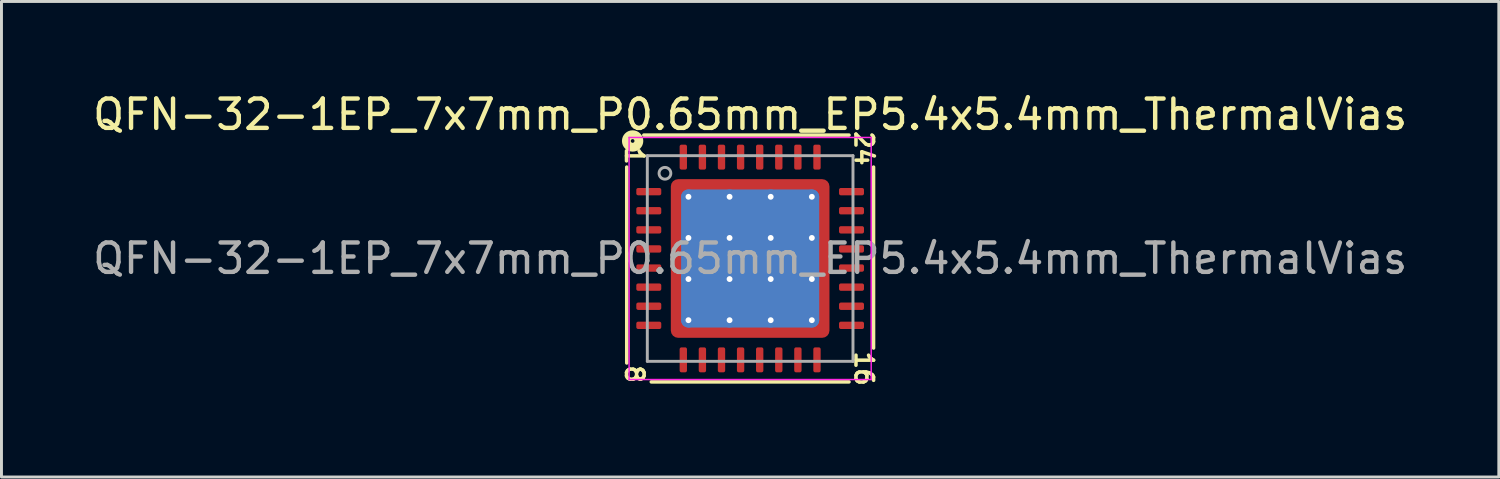
<source format=kicad_pcb>
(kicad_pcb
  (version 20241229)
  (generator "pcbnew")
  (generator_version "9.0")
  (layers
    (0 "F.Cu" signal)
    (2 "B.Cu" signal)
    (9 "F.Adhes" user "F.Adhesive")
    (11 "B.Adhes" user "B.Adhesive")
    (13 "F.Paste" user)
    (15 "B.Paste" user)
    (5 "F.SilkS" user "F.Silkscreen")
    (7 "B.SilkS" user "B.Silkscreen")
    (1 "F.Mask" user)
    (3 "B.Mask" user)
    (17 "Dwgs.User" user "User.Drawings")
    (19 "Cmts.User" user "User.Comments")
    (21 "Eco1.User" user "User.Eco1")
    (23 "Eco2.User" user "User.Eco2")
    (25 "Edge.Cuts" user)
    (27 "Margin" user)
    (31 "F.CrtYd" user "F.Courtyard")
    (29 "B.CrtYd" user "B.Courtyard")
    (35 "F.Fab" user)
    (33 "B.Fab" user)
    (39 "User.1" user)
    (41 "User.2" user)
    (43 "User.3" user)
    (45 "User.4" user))
  (footprint "QFN-32-1EP_7x7mm_P0.65mm_EP5.4x5.4mm_ThermalVias"
    (layer "F.Cu")
    (at 22.482 5.748)
    (property "Reference" "QFN-32-1EP_7x7mm_P0.65mm_EP5.4x5.4mm_ThermalVias" (at 0 -4.9 0) (layer "F.SilkS") (effects (font (size 1 1) (thickness 0.15))))
    (attr smd)
    (fp_line (start -4.2 -3.111) (end -4.2 3.556) (stroke (width 0.12) (type solid)) (layer "F.SilkS"))
    (fp_line (start -3.365 4.2) (end 3.365 4.2) (stroke (width 0.12) (type solid)) (layer "F.SilkS"))
    (fp_line (start 3.365 -4.2) (end -3.619 -4.2) (stroke (width 0.12) (type solid)) (layer "F.SilkS"))
    (fp_line (start 4.2 3.048) (end 4.2 -3.111) (stroke (width 0.12) (type solid)) (layer "F.SilkS"))
    (fp_circle (center -4 -4) (end -3.937 -4) (stroke (width 0.3) (type solid)) (fill no) (layer "F.SilkS"))
    (fp_line (start -4.12 -4.12) (end -4.12 4.12) (stroke (width 0.05) (type solid)) (layer "F.CrtYd"))
    (fp_line (start -4.12 4.12) (end 4.12 4.12) (stroke (width 0.05) (type solid)) (layer "F.CrtYd"))
    (fp_line (start 4.12 -4.12) (end -4.12 -4.12) (stroke (width 0.05) (type solid)) (layer "F.CrtYd"))
    (fp_line (start 4.12 4.12) (end 4.12 -4.12) (stroke (width 0.05) (type solid)) (layer "F.CrtYd"))
    (fp_line (start -3.5 -3.5) (end 3.5 -3.5) (stroke (width 0.1) (type solid)) (layer "F.Fab"))
    (fp_line (start -3.5 3.5) (end -3.5 -3.5) (stroke (width 0.1) (type solid)) (layer "F.Fab"))
    (fp_line (start 3.5 -3.5) (end 3.5 3.5) (stroke (width 0.1) (type solid)) (layer "F.Fab"))
    (fp_line (start 3.5 3.5) (end -3.5 3.5) (stroke (width 0.1) (type solid)) (layer "F.Fab"))
    (fp_circle (center -2.9 -2.9) (end -2.7 -2.9) (stroke (width 0.1) (type solid)) (fill no) (layer "F.Fab"))
    (fp_text user "8" (at -3.937 3.937 270) (unlocked yes) (layer "F.SilkS") (effects (font (size 0.6 0.6) (thickness 0.12))))
    (fp_text user "16" (at 3.873 3.747 270) (unlocked yes) (layer "F.SilkS") (effects (font (size 0.6 0.6) (thickness 0.12))))
    (fp_text user "24" (at 3.873 -3.747 270) (unlocked yes) (layer "F.SilkS") (effects (font (size 0.6 0.6) (thickness 0.12))))
    (fp_text user "1" (at -3.937 -3.493 270) (unlocked yes) (layer "F.SilkS") (effects (font (size 0.6 0.6) (thickness 0.12))))
    (fp_text user "${REFERENCE}" (at 0 0 0) (layer "F.Fab") (effects (font (size 1 1) (thickness 0.15))))
    (pad "" smd custom (at -2.4 -2.4) (size 0.366 0.366) (layers "F.Paste") (options (anchor circle)) (primitives (gr_poly (pts (xy 0.124 0.026) (xy 0.026 0.124) (xy -0.124 0.124) (xy -0.124 -0.124) (xy 0.124 -0.124)) (width 0.236) (fill yes))))
    (pad "" smd custom (at -2.4 -1.4) (size 0.421 0.421) (layers "F.Paste") (options (anchor circle)) (primitives (gr_poly (pts (xy 0.179 -0.449) (xy 0.179 0.449) (xy 0.127 0.501) (xy -0.179 0.501) (xy -0.179 -0.501) (xy 0.127 -0.501)) (width 0.126) (fill yes))))
    (pad "" smd custom (at -2.4 0) (size 0.421 0.421) (layers "F.Paste") (options (anchor circle)) (primitives (gr_poly (pts (xy 0.179 -0.449) (xy 0.179 0.449) (xy 0.127 0.501) (xy -0.179 0.501) (xy -0.179 -0.501) (xy 0.127 -0.501)) (width 0.126) (fill yes))))
    (pad "" smd custom (at -2.4 1.4) (size 0.421 0.421) (layers "F.Paste") (options (anchor circle)) (primitives (gr_poly (pts (xy 0.179 -0.449) (xy 0.179 0.449) (xy 0.127 0.501) (xy -0.179 0.501) (xy -0.179 -0.501) (xy 0.127 -0.501)) (width 0.126) (fill yes))))
    (pad "" smd custom (at -2.4 2.4) (size 0.366 0.366) (layers "F.Paste") (options (anchor circle)) (primitives (gr_poly (pts (xy 0.124 -0.026) (xy 0.124 0.124) (xy -0.124 0.124) (xy -0.124 -0.124) (xy 0.026 -0.124)) (width 0.236) (fill yes))))
    (pad "" smd custom (at -1.4 -2.4) (size 0.421 0.421) (layers "F.Paste") (options (anchor circle)) (primitives (gr_poly (pts (xy 0.501 0.127) (xy 0.449 0.179) (xy -0.449 0.179) (xy -0.501 0.127) (xy -0.501 -0.179) (xy 0.501 -0.179)) (width 0.126) (fill yes))))
    (pad "" smd roundrect (at -1.4 -1.4) (size 1.129 1.129) (layers "F.Paste") (roundrect_rratio 0.221))
    (pad "" smd roundrect (at -1.4 0) (size 1.129 1.129) (layers "F.Paste") (roundrect_rratio 0.221))
    (pad "" smd roundrect (at -1.4 1.4) (size 1.129 1.129) (layers "F.Paste") (roundrect_rratio 0.221))
    (pad "" smd custom (at -1.4 2.4) (size 0.421 0.421) (layers "F.Paste") (options (anchor circle)) (primitives (gr_poly (pts (xy 0.501 -0.127) (xy 0.501 0.179) (xy -0.501 0.179) (xy -0.501 -0.127) (xy -0.449 -0.179) (xy 0.449 -0.179)) (width 0.126) (fill yes))))
    (pad "" smd custom (at 0 -2.4) (size 0.421 0.421) (layers "F.Paste") (options (anchor circle)) (primitives (gr_poly (pts (xy 0.501 0.127) (xy 0.449 0.179) (xy -0.449 0.179) (xy -0.501 0.127) (xy -0.501 -0.179) (xy 0.501 -0.179)) (width 0.126) (fill yes))))
    (pad "" smd roundrect (at 0 -1.4) (size 1.129 1.129) (layers "F.Paste") (roundrect_rratio 0.221))
    (pad "" smd roundrect (at 0 0) (size 1.129 1.129) (layers "F.Paste") (roundrect_rratio 0.221))
    (pad "" smd roundrect (at 0 1.4) (size 1.129 1.129) (layers "F.Paste") (roundrect_rratio 0.221))
    (pad "" smd custom (at 0 2.4) (size 0.421 0.421) (layers "F.Paste") (options (anchor circle)) (primitives (gr_poly (pts (xy 0.501 -0.127) (xy 0.501 0.179) (xy -0.501 0.179) (xy -0.501 -0.127) (xy -0.449 -0.179) (xy 0.449 -0.179)) (width 0.126) (fill yes))))
    (pad "" smd custom (at 1.4 -2.4) (size 0.421 0.421) (layers "F.Paste") (options (anchor circle)) (primitives (gr_poly (pts (xy 0.501 0.127) (xy 0.449 0.179) (xy -0.449 0.179) (xy -0.501 0.127) (xy -0.501 -0.179) (xy 0.501 -0.179)) (width 0.126) (fill yes))))
    (pad "" smd roundrect (at 1.4 -1.4) (size 1.129 1.129) (layers "F.Paste") (roundrect_rratio 0.221))
    (pad "" smd roundrect (at 1.4 0) (size 1.129 1.129) (layers "F.Paste") (roundrect_rratio 0.221))
    (pad "" smd roundrect (at 1.4 1.4) (size 1.129 1.129) (layers "F.Paste") (roundrect_rratio 0.221))
    (pad "" smd custom (at 1.4 2.4) (size 0.421 0.421) (layers "F.Paste") (options (anchor circle)) (primitives (gr_poly (pts (xy 0.501 -0.127) (xy 0.501 0.179) (xy -0.501 0.179) (xy -0.501 -0.127) (xy -0.449 -0.179) (xy 0.449 -0.179)) (width 0.126) (fill yes))))
    (pad "" smd custom (at 2.4 -2.4) (size 0.366 0.366) (layers "F.Paste") (options (anchor circle)) (primitives (gr_poly (pts (xy 0.124 0.124) (xy -0.026 0.124) (xy -0.124 0.026) (xy -0.124 -0.124) (xy 0.124 -0.124)) (width 0.236) (fill yes))))
    (pad "" smd custom (at 2.4 -1.4) (size 0.421 0.421) (layers "F.Paste") (options (anchor circle)) (primitives (gr_poly (pts (xy 0.179 0.501) (xy -0.127 0.501) (xy -0.179 0.449) (xy -0.179 -0.449) (xy -0.127 -0.501) (xy 0.179 -0.501)) (width 0.126) (fill yes))))
    (pad "" smd custom (at 2.4 0) (size 0.421 0.421) (layers "F.Paste") (options (anchor circle)) (primitives (gr_poly (pts (xy 0.179 0.501) (xy -0.127 0.501) (xy -0.179 0.449) (xy -0.179 -0.449) (xy -0.127 -0.501) (xy 0.179 -0.501)) (width 0.126) (fill yes))))
    (pad "" smd custom (at 2.4 1.4) (size 0.421 0.421) (layers "F.Paste") (options (anchor circle)) (primitives (gr_poly (pts (xy 0.179 0.501) (xy -0.127 0.501) (xy -0.179 0.449) (xy -0.179 -0.449) (xy -0.127 -0.501) (xy 0.179 -0.501)) (width 0.126) (fill yes))))
    (pad "" smd custom (at 2.4 2.4) (size 0.366 0.366) (layers "F.Paste") (options (anchor circle)) (primitives (gr_poly (pts (xy 0.124 0.124) (xy -0.124 0.124) (xy -0.124 -0.026) (xy -0.026 -0.124) (xy 0.124 -0.124)) (width 0.236) (fill yes))))
    (pad "1" smd roundrect (at -3.45 -2.275) (size 0.85 0.25) (layers "F.Cu" "F.Mask" "F.Paste") (roundrect_rratio 0.25))
    (pad "2" smd roundrect (at -3.45 -1.625) (size 0.85 0.25) (layers "F.Cu" "F.Mask" "F.Paste") (roundrect_rratio 0.25))
    (pad "3" smd roundrect (at -3.45 -0.975) (size 0.85 0.25) (layers "F.Cu" "F.Mask" "F.Paste") (roundrect_rratio 0.25))
    (pad "4" smd roundrect (at -3.45 -0.325) (size 0.85 0.25) (layers "F.Cu" "F.Mask" "F.Paste") (roundrect_rratio 0.25))
    (pad "5" smd roundrect (at -3.45 0.325) (size 0.85 0.25) (layers "F.Cu" "F.Mask" "F.Paste") (roundrect_rratio 0.25))
    (pad "6" smd roundrect (at -3.45 0.975) (size 0.85 0.25) (layers "F.Cu" "F.Mask" "F.Paste") (roundrect_rratio 0.25))
    (pad "7" smd roundrect (at -3.45 1.625) (size 0.85 0.25) (layers "F.Cu" "F.Mask" "F.Paste") (roundrect_rratio 0.25))
    (pad "8" smd roundrect (at -3.45 2.275) (size 0.85 0.25) (layers "F.Cu" "F.Mask" "F.Paste") (roundrect_rratio 0.25))
    (pad "9" smd roundrect (at -2.275 3.45) (size 0.25 0.85) (layers "F.Cu" "F.Mask" "F.Paste") (roundrect_rratio 0.25))
    (pad "10" smd roundrect (at -1.625 3.45) (size 0.25 0.85) (layers "F.Cu" "F.Mask" "F.Paste") (roundrect_rratio 0.25))
    (pad "11" smd roundrect (at -0.975 3.45) (size 0.25 0.85) (layers "F.Cu" "F.Mask" "F.Paste") (roundrect_rratio 0.25))
    (pad "12" smd roundrect (at -0.325 3.45) (size 0.25 0.85) (layers "F.Cu" "F.Mask" "F.Paste") (roundrect_rratio 0.25))
    (pad "13" smd roundrect (at 0.325 3.45) (size 0.25 0.85) (layers "F.Cu" "F.Mask" "F.Paste") (roundrect_rratio 0.25))
    (pad "14" smd roundrect (at 0.975 3.45) (size 0.25 0.85) (layers "F.Cu" "F.Mask" "F.Paste") (roundrect_rratio 0.25))
    (pad "15" smd roundrect (at 1.625 3.45) (size 0.25 0.85) (layers "F.Cu" "F.Mask" "F.Paste") (roundrect_rratio 0.25))
    (pad "16" smd roundrect (at 2.275 3.45) (size 0.25 0.85) (layers "F.Cu" "F.Mask" "F.Paste") (roundrect_rratio 0.25))
    (pad "17" smd roundrect (at 3.45 2.275) (size 0.85 0.25) (layers "F.Cu" "F.Mask" "F.Paste") (roundrect_rratio 0.25))
    (pad "18" smd roundrect (at 3.45 1.625) (size 0.85 0.25) (layers "F.Cu" "F.Mask" "F.Paste") (roundrect_rratio 0.25))
    (pad "19" smd roundrect (at 3.45 0.975) (size 0.85 0.25) (layers "F.Cu" "F.Mask" "F.Paste") (roundrect_rratio 0.25))
    (pad "20" smd roundrect (at 3.45 0.325) (size 0.85 0.25) (layers "F.Cu" "F.Mask" "F.Paste") (roundrect_rratio 0.25))
    (pad "21" smd roundrect (at 3.45 -0.325) (size 0.85 0.25) (layers "F.Cu" "F.Mask" "F.Paste") (roundrect_rratio 0.25))
    (pad "22" smd roundrect (at 3.45 -0.975) (size 0.85 0.25) (layers "F.Cu" "F.Mask" "F.Paste") (roundrect_rratio 0.25))
    (pad "23" smd roundrect (at 3.45 -1.625) (size 0.85 0.25) (layers "F.Cu" "F.Mask" "F.Paste") (roundrect_rratio 0.25))
    (pad "24" smd roundrect (at 3.45 -2.275) (size 0.85 0.25) (layers "F.Cu" "F.Mask" "F.Paste") (roundrect_rratio 0.25))
    (pad "25" smd roundrect (at 2.275 -3.45) (size 0.25 0.85) (layers "F.Cu" "F.Mask" "F.Paste") (roundrect_rratio 0.25))
    (pad "26" smd roundrect (at 1.625 -3.45) (size 0.25 0.85) (layers "F.Cu" "F.Mask" "F.Paste") (roundrect_rratio 0.25))
    (pad "27" smd roundrect (at 0.975 -3.45) (size 0.25 0.85) (layers "F.Cu" "F.Mask" "F.Paste") (roundrect_rratio 0.25))
    (pad "28" smd roundrect (at 0.325 -3.45) (size 0.25 0.85) (layers "F.Cu" "F.Mask" "F.Paste") (roundrect_rratio 0.25))
    (pad "29" smd roundrect (at -0.325 -3.45) (size 0.25 0.85) (layers "F.Cu" "F.Mask" "F.Paste") (roundrect_rratio 0.25))
    (pad "30" smd roundrect (at -0.975 -3.45) (size 0.25 0.85) (layers "F.Cu" "F.Mask" "F.Paste") (roundrect_rratio 0.25))
    (pad "31" smd roundrect (at -1.625 -3.45) (size 0.25 0.85) (layers "F.Cu" "F.Mask" "F.Paste") (roundrect_rratio 0.25))
    (pad "32" smd roundrect (at -2.275 -3.45) (size 0.25 0.85) (layers "F.Cu" "F.Mask" "F.Paste") (roundrect_rratio 0.25))
    (pad "33" thru_hole circle (at -2.1 -2.1) (size 0.5 0.5) (drill 0.2) (property pad_prop_heatsink) (layers "*.Cu"))
    (pad "33" thru_hole circle (at -2.1 -0.7) (size 0.5 0.5) (drill 0.2) (property pad_prop_heatsink) (layers "*.Cu"))
    (pad "33" thru_hole circle (at -2.1 0.7) (size 0.5 0.5) (drill 0.2) (property pad_prop_heatsink) (layers "*.Cu"))
    (pad "33" thru_hole circle (at -2.1 2.1) (size 0.5 0.5) (drill 0.2) (property pad_prop_heatsink) (layers "*.Cu"))
    (pad "33" thru_hole circle (at -0.7 -2.1) (size 0.5 0.5) (drill 0.2) (property pad_prop_heatsink) (layers "*.Cu"))
    (pad "33" thru_hole circle (at -0.7 -0.7) (size 0.5 0.5) (drill 0.2) (property pad_prop_heatsink) (layers "*.Cu"))
    (pad "33" thru_hole circle (at -0.7 0.7) (size 0.5 0.5) (drill 0.2) (property pad_prop_heatsink) (layers "*.Cu"))
    (pad "33" thru_hole circle (at -0.7 2.1) (size 0.5 0.5) (drill 0.2) (property pad_prop_heatsink) (layers "*.Cu"))
    (pad "33" smd roundrect (at 0 0) (size 4.7 4.7) (layers "B.Cu" "B.Mask") (roundrect_rratio 0.053))
    (pad "33" smd roundrect (at 0 0) (size 5.4 5.4) (layers "F.Cu" "F.Mask") (roundrect_rratio 0.046))
    (pad "33" thru_hole circle (at 0.7 -2.1) (size 0.5 0.5) (drill 0.2) (property pad_prop_heatsink) (layers "*.Cu"))
    (pad "33" thru_hole circle (at 0.7 -0.7) (size 0.5 0.5) (drill 0.2) (property pad_prop_heatsink) (layers "*.Cu"))
    (pad "33" thru_hole circle (at 0.7 0.7) (size 0.5 0.5) (drill 0.2) (property pad_prop_heatsink) (layers "*.Cu"))
    (pad "33" thru_hole circle (at 0.7 2.1) (size 0.5 0.5) (drill 0.2) (property pad_prop_heatsink) (layers "*.Cu"))
    (pad "33" thru_hole circle (at 2.1 -2.1) (size 0.5 0.5) (drill 0.2) (property pad_prop_heatsink) (layers "*.Cu"))
    (pad "33" thru_hole circle (at 2.1 -0.7) (size 0.5 0.5) (drill 0.2) (property pad_prop_heatsink) (layers "*.Cu"))
    (pad "33" thru_hole circle (at 2.1 0.7) (size 0.5 0.5) (drill 0.2) (property pad_prop_heatsink) (layers "*.Cu"))
    (pad "33" thru_hole circle (at 2.1 2.1) (size 0.5 0.5) (drill 0.2) (property pad_prop_heatsink) (layers "*.Cu")))
  (gr_rect
    (start -3 -3)
    (end 47.964 13.186)
    (stroke (width 0.1) (type default))
    (fill no)
    (layer "Edge.Cuts")))
</source>
